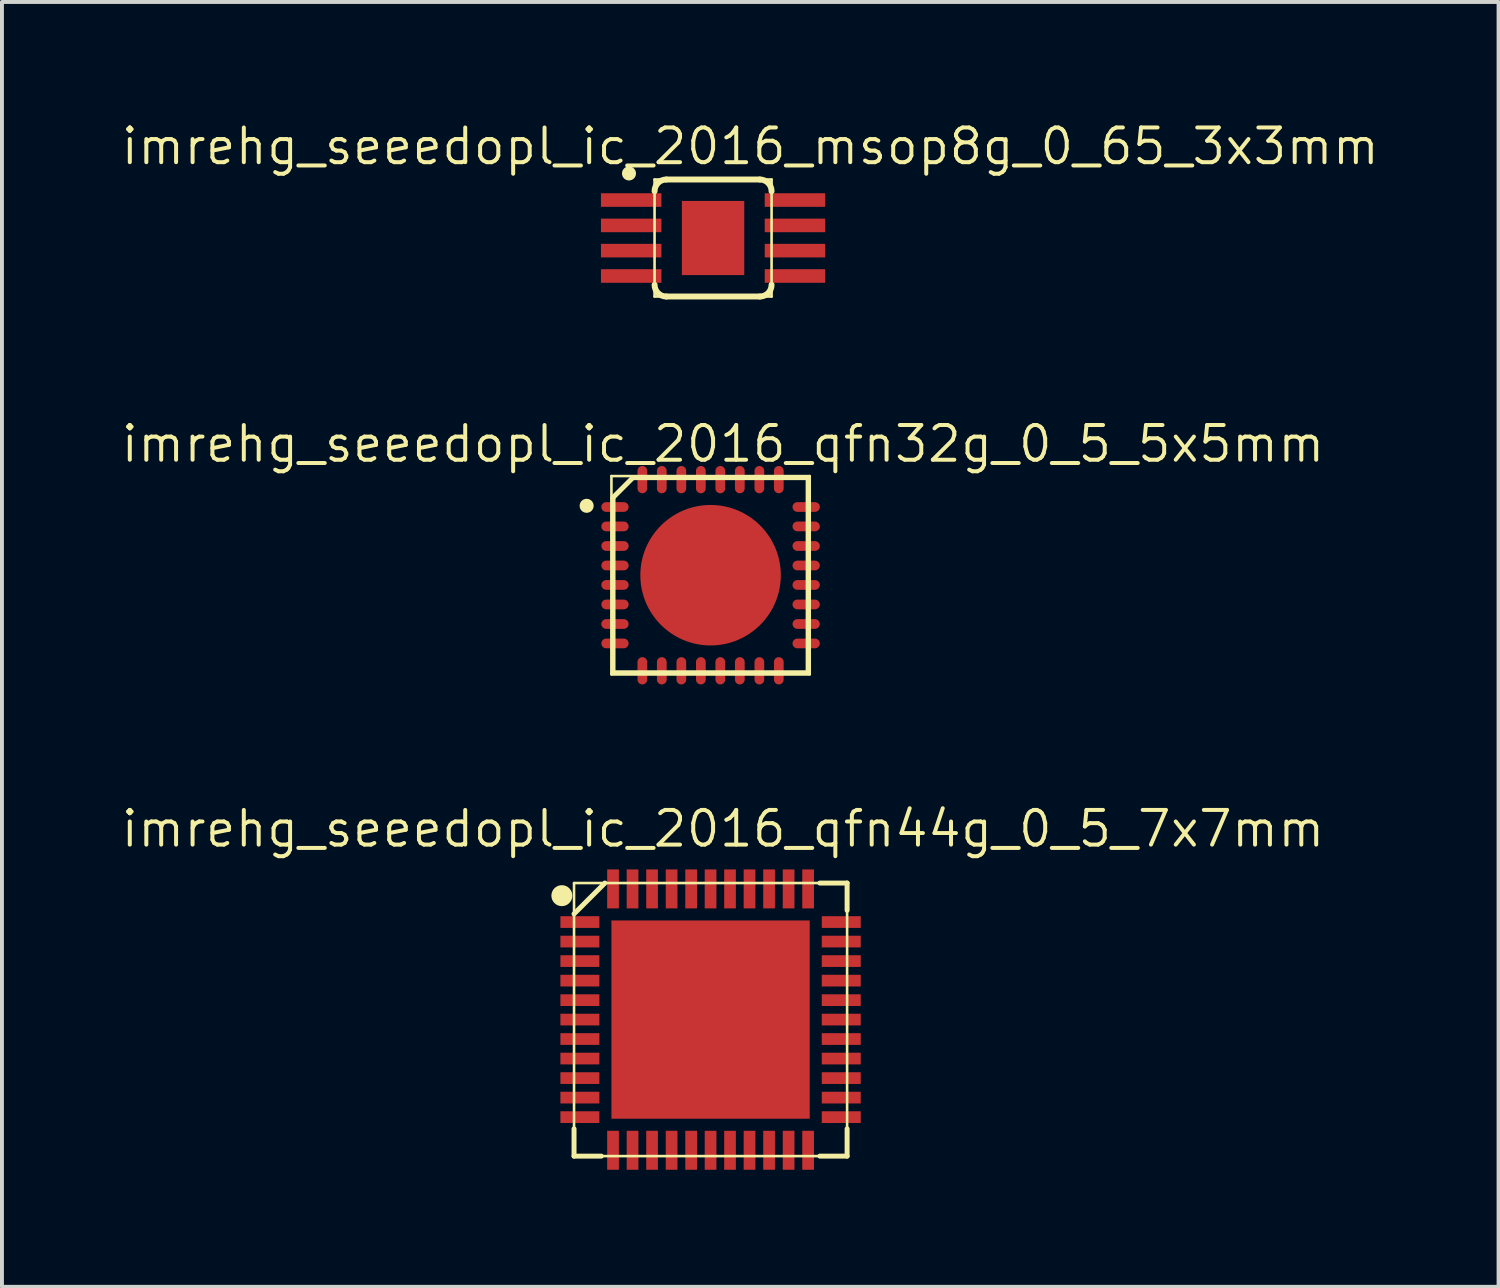
<source format=kicad_pcb>
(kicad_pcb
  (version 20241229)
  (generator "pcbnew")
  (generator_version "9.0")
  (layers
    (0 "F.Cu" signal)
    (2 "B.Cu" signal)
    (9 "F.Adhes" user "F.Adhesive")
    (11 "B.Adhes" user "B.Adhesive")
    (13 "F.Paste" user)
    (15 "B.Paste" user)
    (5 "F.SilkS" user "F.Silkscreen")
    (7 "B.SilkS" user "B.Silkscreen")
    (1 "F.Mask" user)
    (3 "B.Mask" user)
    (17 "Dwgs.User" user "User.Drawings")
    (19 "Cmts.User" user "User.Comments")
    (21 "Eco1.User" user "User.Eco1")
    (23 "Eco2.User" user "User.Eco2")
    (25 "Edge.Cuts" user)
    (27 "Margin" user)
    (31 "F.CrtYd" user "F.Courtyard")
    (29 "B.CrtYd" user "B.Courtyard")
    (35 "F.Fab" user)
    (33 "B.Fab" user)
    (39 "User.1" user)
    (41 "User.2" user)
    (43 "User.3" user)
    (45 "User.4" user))
  (footprint "imrehg_seeedopl_ic_2016_qfn32g_0_5_5x5mm"
    (layer "F.Cu")
    (at 15.155 11.687)
    (property "Reference" "imrehg_seeedopl_ic_2016_qfn32g_0_5_5x5mm" (at 0.318 -3.365 0) (layer "F.SilkS") (effects (font (size 0.889 0.889) (thickness 0.102))))
    (attr smd)
    (fp_line (start -2.54 -2.54) (end 2.54 -2.54) (stroke (width 0.066) (type solid)) (layer "F.SilkS"))
    (fp_line (start -2.54 2.54) (end -2.54 -2.54) (stroke (width 0.066) (type solid)) (layer "F.SilkS"))
    (fp_line (start -2.54 2.54) (end 2.54 2.54) (stroke (width 0.066) (type solid)) (layer "F.SilkS"))
    (fp_line (start -2.499 -1.991) (end -1.991 -2.499) (stroke (width 0.127) (type solid)) (layer "F.SilkS"))
    (fp_line (start -2.499 2.499) (end -2.499 -1.991) (stroke (width 0.127) (type solid)) (layer "F.SilkS"))
    (fp_line (start -1.991 -2.499) (end 2.499 -2.499) (stroke (width 0.127) (type solid)) (layer "F.SilkS"))
    (fp_line (start 2.499 -2.499) (end 2.499 2.499) (stroke (width 0.127) (type solid)) (layer "F.SilkS"))
    (fp_line (start 2.499 2.499) (end -2.499 2.499) (stroke (width 0.127) (type solid)) (layer "F.SilkS"))
    (fp_line (start 2.54 2.54) (end 2.54 -2.54) (stroke (width 0.066) (type solid)) (layer "F.SilkS"))
    (fp_circle (center -3.175 -1.778) (end -3.302 -1.905) (stroke (width 0) (type solid)) (fill yes) (layer "F.SilkS"))
    (pad "1" smd oval (at -2.449 -1.748) (size 0.699 0.249) (layers "F.Cu" "F.Mask" "F.Paste"))
    (pad "2" smd oval (at -2.449 -1.25) (size 0.699 0.249) (layers "F.Cu" "F.Mask" "F.Paste"))
    (pad "3" smd oval (at -2.449 -0.749) (size 0.699 0.249) (layers "F.Cu" "F.Mask" "F.Paste"))
    (pad "4" smd oval (at -2.449 -0.249) (size 0.699 0.249) (layers "F.Cu" "F.Mask" "F.Paste"))
    (pad "5" smd oval (at -2.449 0.249) (size 0.699 0.249) (layers "F.Cu" "F.Mask" "F.Paste"))
    (pad "6" smd oval (at -2.449 0.749) (size 0.699 0.249) (layers "F.Cu" "F.Mask" "F.Paste"))
    (pad "7" smd oval (at -2.449 1.25) (size 0.699 0.249) (layers "F.Cu" "F.Mask" "F.Paste"))
    (pad "8" smd oval (at -2.449 1.748) (size 0.699 0.249) (layers "F.Cu" "F.Mask" "F.Paste"))
    (pad "9" smd oval (at -1.748 2.449 90) (size 0.699 0.249) (layers "F.Cu" "F.Mask" "F.Paste"))
    (pad "10" smd oval (at -1.25 2.449 90) (size 0.699 0.249) (layers "F.Cu" "F.Mask" "F.Paste"))
    (pad "11" smd oval (at -0.749 2.449 90) (size 0.699 0.249) (layers "F.Cu" "F.Mask" "F.Paste"))
    (pad "12" smd oval (at -0.249 2.449 90) (size 0.699 0.249) (layers "F.Cu" "F.Mask" "F.Paste"))
    (pad "13" smd oval (at 0.249 2.449 90) (size 0.699 0.249) (layers "F.Cu" "F.Mask" "F.Paste"))
    (pad "14" smd oval (at 0.749 2.449 90) (size 0.699 0.249) (layers "F.Cu" "F.Mask" "F.Paste"))
    (pad "15" smd oval (at 1.25 2.449 90) (size 0.699 0.249) (layers "F.Cu" "F.Mask" "F.Paste"))
    (pad "16" smd oval (at 1.748 2.449 90) (size 0.699 0.249) (layers "F.Cu" "F.Mask" "F.Paste"))
    (pad "17" smd oval (at 2.449 1.748 180) (size 0.699 0.249) (layers "F.Cu" "F.Mask" "F.Paste"))
    (pad "18" smd oval (at 2.449 1.25 180) (size 0.699 0.249) (layers "F.Cu" "F.Mask" "F.Paste"))
    (pad "19" smd oval (at 2.449 0.749 180) (size 0.699 0.249) (layers "F.Cu" "F.Mask" "F.Paste"))
    (pad "20" smd oval (at 2.449 0.249 180) (size 0.699 0.249) (layers "F.Cu" "F.Mask" "F.Paste"))
    (pad "21" smd oval (at 2.449 -0.249 180) (size 0.699 0.249) (layers "F.Cu" "F.Mask" "F.Paste"))
    (pad "22" smd oval (at 2.449 -0.749 180) (size 0.699 0.249) (layers "F.Cu" "F.Mask" "F.Paste"))
    (pad "23" smd oval (at 2.449 -1.25 180) (size 0.699 0.249) (layers "F.Cu" "F.Mask" "F.Paste"))
    (pad "24" smd oval (at 2.449 -1.748 180) (size 0.699 0.249) (layers "F.Cu" "F.Mask" "F.Paste"))
    (pad "25" smd oval (at 1.748 -2.449 270) (size 0.699 0.249) (layers "F.Cu" "F.Mask" "F.Paste"))
    (pad "26" smd oval (at 1.25 -2.449 270) (size 0.699 0.249) (layers "F.Cu" "F.Mask" "F.Paste"))
    (pad "27" smd oval (at 0.749 -2.449 270) (size 0.699 0.249) (layers "F.Cu" "F.Mask" "F.Paste"))
    (pad "28" smd oval (at 0.249 -2.449 270) (size 0.699 0.249) (layers "F.Cu" "F.Mask" "F.Paste"))
    (pad "29" smd oval (at -0.249 -2.449 270) (size 0.699 0.249) (layers "F.Cu" "F.Mask" "F.Paste"))
    (pad "30" smd oval (at -0.749 -2.449 270) (size 0.699 0.249) (layers "F.Cu" "F.Mask" "F.Paste"))
    (pad "31" smd oval (at -1.25 -2.449 270) (size 0.699 0.249) (layers "F.Cu" "F.Mask" "F.Paste"))
    (pad "32" smd oval (at -1.748 -2.449 270) (size 0.699 0.249) (layers "F.Cu" "F.Mask" "F.Paste"))
    (pad "33" smd oval (at 0 0) (size 3.599 3.599) (layers "F.Cu" "F.Mask" "F.Paste")))
  (footprint "imrehg_seeedopl_ic_2016_msop8g_0_65_3x3mm"
    (layer "F.Cu")
    (at 15.219 3.048)
    (property "Reference" "imrehg_seeedopl_ic_2016_msop8g_0_65_3x3mm" (at 0.953 -2.349 0) (layer "F.SilkS") (effects (font (size 0.889 0.889) (thickness 0.102))))
    (attr smd)
    (fp_line (start -1.499 -1.499) (end 1.499 -1.499) (stroke (width 0.066) (type solid)) (layer "F.SilkS"))
    (fp_line (start -1.499 1.499) (end -1.499 -1.499) (stroke (width 0.066) (type solid)) (layer "F.SilkS"))
    (fp_line (start -1.499 1.499) (end 1.499 1.499) (stroke (width 0.066) (type solid)) (layer "F.SilkS"))
    (fp_line (start -1.199 -1.499) (end 1.199 -1.499) (stroke (width 0.152) (type solid)) (layer "F.SilkS"))
    (fp_line (start -1.199 1.499) (end 1.199 1.499) (stroke (width 0.152) (type solid)) (layer "F.SilkS"))
    (fp_line (start 1.499 1.499) (end 1.499 -1.499) (stroke (width 0.066) (type solid)) (layer "F.SilkS"))
    (fp_arc (start -1.4986 -1.19888) (mid -1.410814 -1.410814) (end -1.19888 -1.4986) (stroke (width 0.1524) (type solid)) (layer "F.SilkS"))
    (fp_arc (start -1.19888 1.4986) (mid -1.410814 1.410814) (end -1.4986 1.19888) (stroke (width 0.1524) (type solid)) (layer "F.SilkS"))
    (fp_arc (start 1.19888 -1.4986) (mid 1.410814 -1.410814) (end 1.4986 -1.19888) (stroke (width 0.1524) (type solid)) (layer "F.SilkS"))
    (fp_arc (start 1.4986 1.19888) (mid 1.410814 1.410814) (end 1.19888 1.4986) (stroke (width 0.1524) (type solid)) (layer "F.SilkS"))
    (fp_circle (center -2.154 -1.654) (end -2.281 -1.781) (stroke (width 0) (type solid)) (fill yes) (layer "F.SilkS"))
    (pad "1" smd rect (at -2.098 -0.973 270) (size 0.348 1.549) (layers "F.Cu" "F.Mask" "F.Paste"))
    (pad "2" smd rect (at -2.098 -0.323 270) (size 0.348 1.549) (layers "F.Cu" "F.Mask" "F.Paste"))
    (pad "3" smd rect (at -2.098 0.323 270) (size 0.348 1.549) (layers "F.Cu" "F.Mask" "F.Paste"))
    (pad "4" smd rect (at -2.098 0.973 270) (size 0.348 1.549) (layers "F.Cu" "F.Mask" "F.Paste"))
    (pad "5" smd rect (at 2.098 0.973 270) (size 0.348 1.549) (layers "F.Cu" "F.Mask" "F.Paste"))
    (pad "6" smd rect (at 2.098 0.323 270) (size 0.348 1.549) (layers "F.Cu" "F.Mask" "F.Paste"))
    (pad "7" smd rect (at 2.098 -0.323 270) (size 0.348 1.549) (layers "F.Cu" "F.Mask" "F.Paste"))
    (pad "8" smd rect (at 2.098 -0.973 270) (size 0.348 1.549) (layers "F.Cu" "F.Mask" "F.Paste"))
    (pad "PAD" smd rect (at 0 0 90) (size 1.9 1.598) (layers "F.Cu" "F.Mask" "F.Paste")))
  (footprint "imrehg_seeedopl_ic_2016_qfn44g_0_5_7x7mm"
    (layer "F.Cu")
    (at 15.155 23.072)
    (property "Reference" "imrehg_seeedopl_ic_2016_qfn44g_0_5_7x7mm" (at 0.318 -4.889 0) (layer "F.SilkS") (effects (font (size 0.889 0.889) (thickness 0.102))))
    (attr smd)
    (fp_line (start -3.498 -3.498) (end 3.498 -3.498) (stroke (width 0.066) (type solid)) (layer "F.SilkS"))
    (fp_line (start -3.498 -2.708) (end -2.708 -3.498) (stroke (width 0.127) (type solid)) (layer "F.SilkS"))
    (fp_line (start -3.498 2.799) (end -3.498 3.498) (stroke (width 0.127) (type solid)) (layer "F.SilkS"))
    (fp_line (start -3.498 3.498) (end -3.498 -3.498) (stroke (width 0.066) (type solid)) (layer "F.SilkS"))
    (fp_line (start -3.498 3.498) (end -2.799 3.498) (stroke (width 0.127) (type solid)) (layer "F.SilkS"))
    (fp_line (start -3.498 3.498) (end 3.498 3.498) (stroke (width 0.066) (type solid)) (layer "F.SilkS"))
    (fp_line (start 2.799 3.498) (end 3.498 3.498) (stroke (width 0.127) (type solid)) (layer "F.SilkS"))
    (fp_line (start 3.498 -3.498) (end 2.799 -3.498) (stroke (width 0.127) (type solid)) (layer "F.SilkS"))
    (fp_line (start 3.498 -2.799) (end 3.498 -3.498) (stroke (width 0.127) (type solid)) (layer "F.SilkS"))
    (fp_line (start 3.498 3.498) (end 3.498 -3.498) (stroke (width 0.066) (type solid)) (layer "F.SilkS"))
    (fp_line (start 3.498 3.498) (end 3.498 2.799) (stroke (width 0.127) (type solid)) (layer "F.SilkS"))
    (fp_circle (center -3.81 -3.175) (end -4 -3.365) (stroke (width 0) (type solid)) (fill yes) (layer "F.SilkS"))
    (pad "1" smd rect (at -3.348 -2.499 180) (size 0.998 0.3) (layers "F.Cu" "F.Mask" "F.Paste"))
    (pad "2" smd rect (at -3.348 -1.999 180) (size 0.998 0.3) (layers "F.Cu" "F.Mask" "F.Paste"))
    (pad "3" smd rect (at -3.348 -1.499 180) (size 0.998 0.3) (layers "F.Cu" "F.Mask" "F.Paste"))
    (pad "4" smd rect (at -3.348 -0.998 180) (size 0.998 0.3) (layers "F.Cu" "F.Mask" "F.Paste"))
    (pad "5" smd rect (at -3.348 -0.498 180) (size 0.998 0.3) (layers "F.Cu" "F.Mask" "F.Paste"))
    (pad "6" smd rect (at -3.348 0 180) (size 0.998 0.3) (layers "F.Cu" "F.Mask" "F.Paste"))
    (pad "7" smd rect (at -3.348 0.498 180) (size 0.998 0.3) (layers "F.Cu" "F.Mask" "F.Paste"))
    (pad "8" smd rect (at -3.348 0.998 180) (size 0.998 0.3) (layers "F.Cu" "F.Mask" "F.Paste"))
    (pad "9" smd rect (at -3.348 1.499 180) (size 0.998 0.3) (layers "F.Cu" "F.Mask" "F.Paste"))
    (pad "10" smd rect (at -3.348 1.999 180) (size 0.998 0.3) (layers "F.Cu" "F.Mask" "F.Paste"))
    (pad "11" smd rect (at -3.348 2.499 180) (size 0.998 0.3) (layers "F.Cu" "F.Mask" "F.Paste"))
    (pad "12" smd rect (at -2.499 3.348 270) (size 0.998 0.3) (layers "F.Cu" "F.Mask" "F.Paste"))
    (pad "13" smd rect (at -1.999 3.348 270) (size 0.998 0.3) (layers "F.Cu" "F.Mask" "F.Paste"))
    (pad "14" smd rect (at -1.499 3.348 270) (size 0.998 0.3) (layers "F.Cu" "F.Mask" "F.Paste"))
    (pad "15" smd rect (at -0.998 3.348 270) (size 0.998 0.3) (layers "F.Cu" "F.Mask" "F.Paste"))
    (pad "16" smd rect (at -0.498 3.348 270) (size 0.998 0.3) (layers "F.Cu" "F.Mask" "F.Paste"))
    (pad "17" smd rect (at 0 3.348 270) (size 0.998 0.3) (layers "F.Cu" "F.Mask" "F.Paste"))
    (pad "18" smd rect (at 0.498 3.348 270) (size 0.998 0.3) (layers "F.Cu" "F.Mask" "F.Paste"))
    (pad "19" smd rect (at 0.998 3.348 270) (size 0.998 0.3) (layers "F.Cu" "F.Mask" "F.Paste"))
    (pad "20" smd rect (at 1.499 3.348 270) (size 0.998 0.3) (layers "F.Cu" "F.Mask" "F.Paste"))
    (pad "21" smd rect (at 1.999 3.348 270) (size 0.998 0.3) (layers "F.Cu" "F.Mask" "F.Paste"))
    (pad "22" smd rect (at 2.499 3.348 270) (size 0.998 0.3) (layers "F.Cu" "F.Mask" "F.Paste"))
    (pad "23" smd rect (at 3.348 2.499) (size 0.998 0.3) (layers "F.Cu" "F.Mask" "F.Paste"))
    (pad "24" smd rect (at 3.348 1.999) (size 0.998 0.3) (layers "F.Cu" "F.Mask" "F.Paste"))
    (pad "25" smd rect (at 3.348 1.499) (size 0.998 0.3) (layers "F.Cu" "F.Mask" "F.Paste"))
    (pad "26" smd rect (at 3.348 0.998) (size 0.998 0.3) (layers "F.Cu" "F.Mask" "F.Paste"))
    (pad "27" smd rect (at 3.348 0.498) (size 0.998 0.3) (layers "F.Cu" "F.Mask" "F.Paste"))
    (pad "28" smd rect (at 3.348 0) (size 0.998 0.3) (layers "F.Cu" "F.Mask" "F.Paste"))
    (pad "29" smd rect (at 3.348 -0.498) (size 0.998 0.3) (layers "F.Cu" "F.Mask" "F.Paste"))
    (pad "30" smd rect (at 3.348 -0.998) (size 0.998 0.3) (layers "F.Cu" "F.Mask" "F.Paste"))
    (pad "31" smd rect (at 3.348 -1.499) (size 0.998 0.3) (layers "F.Cu" "F.Mask" "F.Paste"))
    (pad "32" smd rect (at 3.348 -1.999) (size 0.998 0.3) (layers "F.Cu" "F.Mask" "F.Paste"))
    (pad "33" smd rect (at 3.348 -2.499) (size 0.998 0.3) (layers "F.Cu" "F.Mask" "F.Paste"))
    (pad "34" smd rect (at 2.499 -3.348 90) (size 0.998 0.3) (layers "F.Cu" "F.Mask" "F.Paste"))
    (pad "35" smd rect (at 1.999 -3.348 90) (size 0.998 0.3) (layers "F.Cu" "F.Mask" "F.Paste"))
    (pad "36" smd rect (at 1.499 -3.348 90) (size 0.998 0.3) (layers "F.Cu" "F.Mask" "F.Paste"))
    (pad "37" smd rect (at 0.998 -3.348 90) (size 0.998 0.3) (layers "F.Cu" "F.Mask" "F.Paste"))
    (pad "38" smd rect (at 0.498 -3.348 90) (size 0.998 0.3) (layers "F.Cu" "F.Mask" "F.Paste"))
    (pad "39" smd rect (at 0 -3.348 90) (size 0.998 0.3) (layers "F.Cu" "F.Mask" "F.Paste"))
    (pad "40" smd rect (at -0.498 -3.348 90) (size 0.998 0.3) (layers "F.Cu" "F.Mask" "F.Paste"))
    (pad "41" smd rect (at -0.998 -3.348 90) (size 0.998 0.3) (layers "F.Cu" "F.Mask" "F.Paste"))
    (pad "42" smd rect (at -1.499 -3.348 90) (size 0.998 0.3) (layers "F.Cu" "F.Mask" "F.Paste"))
    (pad "43" smd rect (at -1.999 -3.348 90) (size 0.998 0.3) (layers "F.Cu" "F.Mask" "F.Paste"))
    (pad "44" smd rect (at -2.499 -3.348 90) (size 0.998 0.3) (layers "F.Cu" "F.Mask" "F.Paste"))
    (pad "TAB" smd rect (at 0 0) (size 5.08 5.08) (layers "F.Cu" "F.Mask" "F.Paste")))
  (gr_rect
    (start -3 -3)
    (end 35.343 29.919)
    (stroke (width 0.1) (type default))
    (fill no)
    (layer "Edge.Cuts")))
</source>
